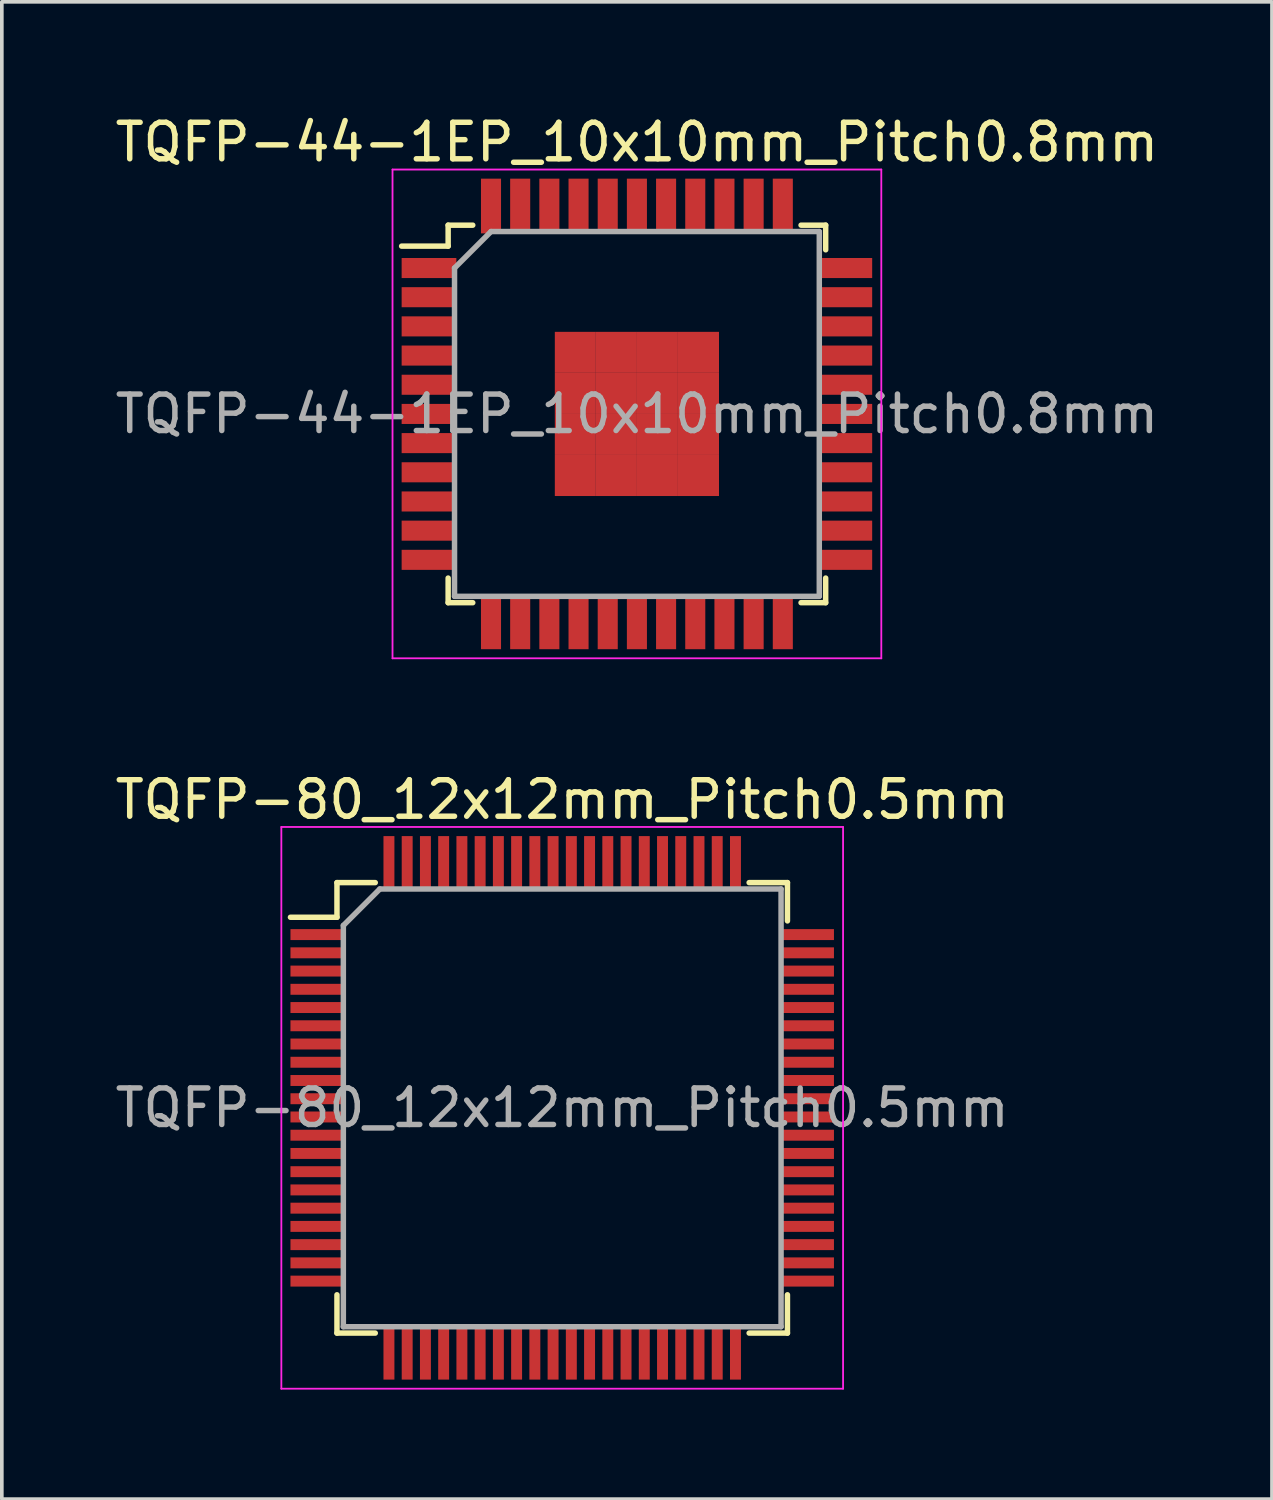
<source format=kicad_pcb>
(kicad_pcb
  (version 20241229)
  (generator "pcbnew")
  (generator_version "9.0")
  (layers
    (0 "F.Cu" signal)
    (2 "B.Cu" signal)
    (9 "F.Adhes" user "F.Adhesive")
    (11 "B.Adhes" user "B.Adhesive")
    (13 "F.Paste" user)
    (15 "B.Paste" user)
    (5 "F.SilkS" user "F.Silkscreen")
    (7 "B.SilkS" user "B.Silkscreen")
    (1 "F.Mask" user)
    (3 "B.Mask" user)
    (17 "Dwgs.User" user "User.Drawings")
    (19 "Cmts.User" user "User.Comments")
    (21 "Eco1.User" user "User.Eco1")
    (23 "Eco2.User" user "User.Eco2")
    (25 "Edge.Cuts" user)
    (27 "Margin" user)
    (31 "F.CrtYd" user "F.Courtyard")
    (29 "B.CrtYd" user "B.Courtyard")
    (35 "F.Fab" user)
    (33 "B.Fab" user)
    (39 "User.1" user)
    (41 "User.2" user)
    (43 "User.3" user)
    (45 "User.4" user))
  (footprint "TQFP-80_12x12mm_Pitch0.5mm"
    (layer "F.Cu")
    (at 12.363 27.322)
    (property "Reference" "TQFP-80_12x12mm_Pitch0.5mm" (at 0 -8.45 0) (layer "F.SilkS") (effects (font (size 1 1) (thickness 0.15))))
    (attr smd)
    (fp_line (start -6.175 -6.175) (end -6.175 -5.225) (stroke (width 0.15) (type solid)) (layer "F.SilkS"))
    (fp_line (start -6.175 -6.175) (end -5.125 -6.175) (stroke (width 0.15) (type solid)) (layer "F.SilkS"))
    (fp_line (start -6.175 -5.225) (end -7.45 -5.225) (stroke (width 0.15) (type solid)) (layer "F.SilkS"))
    (fp_line (start -6.175 6.175) (end -6.175 5.125) (stroke (width 0.15) (type solid)) (layer "F.SilkS"))
    (fp_line (start -6.175 6.175) (end -5.125 6.175) (stroke (width 0.15) (type solid)) (layer "F.SilkS"))
    (fp_line (start 6.175 -6.175) (end 5.125 -6.175) (stroke (width 0.15) (type solid)) (layer "F.SilkS"))
    (fp_line (start 6.175 -6.175) (end 6.175 -5.125) (stroke (width 0.15) (type solid)) (layer "F.SilkS"))
    (fp_line (start 6.175 6.175) (end 5.125 6.175) (stroke (width 0.15) (type solid)) (layer "F.SilkS"))
    (fp_line (start 6.175 6.175) (end 6.175 5.125) (stroke (width 0.15) (type solid)) (layer "F.SilkS"))
    (fp_line (start -7.7 -7.7) (end -7.7 7.7) (stroke (width 0.05) (type solid)) (layer "F.CrtYd"))
    (fp_line (start -7.7 -7.7) (end 7.7 -7.7) (stroke (width 0.05) (type solid)) (layer "F.CrtYd"))
    (fp_line (start -7.7 7.7) (end 7.7 7.7) (stroke (width 0.05) (type solid)) (layer "F.CrtYd"))
    (fp_line (start 7.7 -7.7) (end 7.7 7.7) (stroke (width 0.05) (type solid)) (layer "F.CrtYd"))
    (fp_line (start -6 -5) (end -5 -6) (stroke (width 0.15) (type solid)) (layer "F.Fab"))
    (fp_line (start -6 6) (end -6 -5) (stroke (width 0.15) (type solid)) (layer "F.Fab"))
    (fp_line (start -5 -6) (end 6 -6) (stroke (width 0.15) (type solid)) (layer "F.Fab"))
    (fp_line (start 6 -6) (end 6 6) (stroke (width 0.15) (type solid)) (layer "F.Fab"))
    (fp_line (start 6 6) (end -6 6) (stroke (width 0.15) (type solid)) (layer "F.Fab"))
    (fp_text user "${REFERENCE}" (at 0 0 0) (layer "F.Fab") (effects (font (size 1 1) (thickness 0.15))))
    (pad "1" smd rect (at -6.7 -4.75) (size 1.5 0.3) (layers "F.Cu" "F.Mask" "F.Paste"))
    (pad "2" smd rect (at -6.7 -4.25) (size 1.5 0.3) (layers "F.Cu" "F.Mask" "F.Paste"))
    (pad "3" smd rect (at -6.7 -3.75) (size 1.5 0.3) (layers "F.Cu" "F.Mask" "F.Paste"))
    (pad "4" smd rect (at -6.7 -3.25) (size 1.5 0.3) (layers "F.Cu" "F.Mask" "F.Paste"))
    (pad "5" smd rect (at -6.7 -2.75) (size 1.5 0.3) (layers "F.Cu" "F.Mask" "F.Paste"))
    (pad "6" smd rect (at -6.7 -2.25) (size 1.5 0.3) (layers "F.Cu" "F.Mask" "F.Paste"))
    (pad "7" smd rect (at -6.7 -1.75) (size 1.5 0.3) (layers "F.Cu" "F.Mask" "F.Paste"))
    (pad "8" smd rect (at -6.7 -1.25) (size 1.5 0.3) (layers "F.Cu" "F.Mask" "F.Paste"))
    (pad "9" smd rect (at -6.7 -0.75) (size 1.5 0.3) (layers "F.Cu" "F.Mask" "F.Paste"))
    (pad "10" smd rect (at -6.7 -0.25) (size 1.5 0.3) (layers "F.Cu" "F.Mask" "F.Paste"))
    (pad "11" smd rect (at -6.7 0.25) (size 1.5 0.3) (layers "F.Cu" "F.Mask" "F.Paste"))
    (pad "12" smd rect (at -6.7 0.75) (size 1.5 0.3) (layers "F.Cu" "F.Mask" "F.Paste"))
    (pad "13" smd rect (at -6.7 1.25) (size 1.5 0.3) (layers "F.Cu" "F.Mask" "F.Paste"))
    (pad "14" smd rect (at -6.7 1.75) (size 1.5 0.3) (layers "F.Cu" "F.Mask" "F.Paste"))
    (pad "15" smd rect (at -6.7 2.25) (size 1.5 0.3) (layers "F.Cu" "F.Mask" "F.Paste"))
    (pad "16" smd rect (at -6.7 2.75) (size 1.5 0.3) (layers "F.Cu" "F.Mask" "F.Paste"))
    (pad "17" smd rect (at -6.7 3.25) (size 1.5 0.3) (layers "F.Cu" "F.Mask" "F.Paste"))
    (pad "18" smd rect (at -6.7 3.75) (size 1.5 0.3) (layers "F.Cu" "F.Mask" "F.Paste"))
    (pad "19" smd rect (at -6.7 4.25) (size 1.5 0.3) (layers "F.Cu" "F.Mask" "F.Paste"))
    (pad "20" smd rect (at -6.7 4.75) (size 1.5 0.3) (layers "F.Cu" "F.Mask" "F.Paste"))
    (pad "21" smd rect (at -4.75 6.7 90) (size 1.5 0.3) (layers "F.Cu" "F.Mask" "F.Paste"))
    (pad "22" smd rect (at -4.25 6.7 90) (size 1.5 0.3) (layers "F.Cu" "F.Mask" "F.Paste"))
    (pad "23" smd rect (at -3.75 6.7 90) (size 1.5 0.3) (layers "F.Cu" "F.Mask" "F.Paste"))
    (pad "24" smd rect (at -3.25 6.7 90) (size 1.5 0.3) (layers "F.Cu" "F.Mask" "F.Paste"))
    (pad "25" smd rect (at -2.75 6.7 90) (size 1.5 0.3) (layers "F.Cu" "F.Mask" "F.Paste"))
    (pad "26" smd rect (at -2.25 6.7 90) (size 1.5 0.3) (layers "F.Cu" "F.Mask" "F.Paste"))
    (pad "27" smd rect (at -1.75 6.7 90) (size 1.5 0.3) (layers "F.Cu" "F.Mask" "F.Paste"))
    (pad "28" smd rect (at -1.25 6.7 90) (size 1.5 0.3) (layers "F.Cu" "F.Mask" "F.Paste"))
    (pad "29" smd rect (at -0.75 6.7 90) (size 1.5 0.3) (layers "F.Cu" "F.Mask" "F.Paste"))
    (pad "30" smd rect (at -0.25 6.7 90) (size 1.5 0.3) (layers "F.Cu" "F.Mask" "F.Paste"))
    (pad "31" smd rect (at 0.25 6.7 90) (size 1.5 0.3) (layers "F.Cu" "F.Mask" "F.Paste"))
    (pad "32" smd rect (at 0.75 6.7 90) (size 1.5 0.3) (layers "F.Cu" "F.Mask" "F.Paste"))
    (pad "33" smd rect (at 1.25 6.7 90) (size 1.5 0.3) (layers "F.Cu" "F.Mask" "F.Paste"))
    (pad "34" smd rect (at 1.75 6.7 90) (size 1.5 0.3) (layers "F.Cu" "F.Mask" "F.Paste"))
    (pad "35" smd rect (at 2.25 6.7 90) (size 1.5 0.3) (layers "F.Cu" "F.Mask" "F.Paste"))
    (pad "36" smd rect (at 2.75 6.7 90) (size 1.5 0.3) (layers "F.Cu" "F.Mask" "F.Paste"))
    (pad "37" smd rect (at 3.25 6.7 90) (size 1.5 0.3) (layers "F.Cu" "F.Mask" "F.Paste"))
    (pad "38" smd rect (at 3.75 6.7 90) (size 1.5 0.3) (layers "F.Cu" "F.Mask" "F.Paste"))
    (pad "39" smd rect (at 4.25 6.7 90) (size 1.5 0.3) (layers "F.Cu" "F.Mask" "F.Paste"))
    (pad "40" smd rect (at 4.75 6.7 90) (size 1.5 0.3) (layers "F.Cu" "F.Mask" "F.Paste"))
    (pad "41" smd rect (at 6.7 4.75) (size 1.5 0.3) (layers "F.Cu" "F.Mask" "F.Paste"))
    (pad "42" smd rect (at 6.7 4.25) (size 1.5 0.3) (layers "F.Cu" "F.Mask" "F.Paste"))
    (pad "43" smd rect (at 6.7 3.75) (size 1.5 0.3) (layers "F.Cu" "F.Mask" "F.Paste"))
    (pad "44" smd rect (at 6.7 3.25) (size 1.5 0.3) (layers "F.Cu" "F.Mask" "F.Paste"))
    (pad "45" smd rect (at 6.7 2.75) (size 1.5 0.3) (layers "F.Cu" "F.Mask" "F.Paste"))
    (pad "46" smd rect (at 6.7 2.25) (size 1.5 0.3) (layers "F.Cu" "F.Mask" "F.Paste"))
    (pad "47" smd rect (at 6.7 1.75) (size 1.5 0.3) (layers "F.Cu" "F.Mask" "F.Paste"))
    (pad "48" smd rect (at 6.7 1.25) (size 1.5 0.3) (layers "F.Cu" "F.Mask" "F.Paste"))
    (pad "49" smd rect (at 6.7 0.75) (size 1.5 0.3) (layers "F.Cu" "F.Mask" "F.Paste"))
    (pad "50" smd rect (at 6.7 0.25) (size 1.5 0.3) (layers "F.Cu" "F.Mask" "F.Paste"))
    (pad "51" smd rect (at 6.7 -0.25) (size 1.5 0.3) (layers "F.Cu" "F.Mask" "F.Paste"))
    (pad "52" smd rect (at 6.7 -0.75) (size 1.5 0.3) (layers "F.Cu" "F.Mask" "F.Paste"))
    (pad "53" smd rect (at 6.7 -1.25) (size 1.5 0.3) (layers "F.Cu" "F.Mask" "F.Paste"))
    (pad "54" smd rect (at 6.7 -1.75) (size 1.5 0.3) (layers "F.Cu" "F.Mask" "F.Paste"))
    (pad "55" smd rect (at 6.7 -2.25) (size 1.5 0.3) (layers "F.Cu" "F.Mask" "F.Paste"))
    (pad "56" smd rect (at 6.7 -2.75) (size 1.5 0.3) (layers "F.Cu" "F.Mask" "F.Paste"))
    (pad "57" smd rect (at 6.7 -3.25) (size 1.5 0.3) (layers "F.Cu" "F.Mask" "F.Paste"))
    (pad "58" smd rect (at 6.7 -3.75) (size 1.5 0.3) (layers "F.Cu" "F.Mask" "F.Paste"))
    (pad "59" smd rect (at 6.7 -4.25) (size 1.5 0.3) (layers "F.Cu" "F.Mask" "F.Paste"))
    (pad "60" smd rect (at 6.7 -4.75) (size 1.5 0.3) (layers "F.Cu" "F.Mask" "F.Paste"))
    (pad "61" smd rect (at 4.75 -6.7 90) (size 1.5 0.3) (layers "F.Cu" "F.Mask" "F.Paste"))
    (pad "62" smd rect (at 4.25 -6.7 90) (size 1.5 0.3) (layers "F.Cu" "F.Mask" "F.Paste"))
    (pad "63" smd rect (at 3.75 -6.7 90) (size 1.5 0.3) (layers "F.Cu" "F.Mask" "F.Paste"))
    (pad "64" smd rect (at 3.25 -6.7 90) (size 1.5 0.3) (layers "F.Cu" "F.Mask" "F.Paste"))
    (pad "65" smd rect (at 2.75 -6.7 90) (size 1.5 0.3) (layers "F.Cu" "F.Mask" "F.Paste"))
    (pad "66" smd rect (at 2.25 -6.7 90) (size 1.5 0.3) (layers "F.Cu" "F.Mask" "F.Paste"))
    (pad "67" smd rect (at 1.75 -6.7 90) (size 1.5 0.3) (layers "F.Cu" "F.Mask" "F.Paste"))
    (pad "68" smd rect (at 1.25 -6.7 90) (size 1.5 0.3) (layers "F.Cu" "F.Mask" "F.Paste"))
    (pad "69" smd rect (at 0.75 -6.7 90) (size 1.5 0.3) (layers "F.Cu" "F.Mask" "F.Paste"))
    (pad "70" smd rect (at 0.25 -6.7 90) (size 1.5 0.3) (layers "F.Cu" "F.Mask" "F.Paste"))
    (pad "71" smd rect (at -0.25 -6.7 90) (size 1.5 0.3) (layers "F.Cu" "F.Mask" "F.Paste"))
    (pad "72" smd rect (at -0.75 -6.7 90) (size 1.5 0.3) (layers "F.Cu" "F.Mask" "F.Paste"))
    (pad "73" smd rect (at -1.25 -6.7 90) (size 1.5 0.3) (layers "F.Cu" "F.Mask" "F.Paste"))
    (pad "74" smd rect (at -1.75 -6.7 90) (size 1.5 0.3) (layers "F.Cu" "F.Mask" "F.Paste"))
    (pad "75" smd rect (at -2.25 -6.7 90) (size 1.5 0.3) (layers "F.Cu" "F.Mask" "F.Paste"))
    (pad "76" smd rect (at -2.75 -6.7 90) (size 1.5 0.3) (layers "F.Cu" "F.Mask" "F.Paste"))
    (pad "77" smd rect (at -3.25 -6.7 90) (size 1.5 0.3) (layers "F.Cu" "F.Mask" "F.Paste"))
    (pad "78" smd rect (at -3.75 -6.7 90) (size 1.5 0.3) (layers "F.Cu" "F.Mask" "F.Paste"))
    (pad "79" smd rect (at -4.25 -6.7 90) (size 1.5 0.3) (layers "F.Cu" "F.Mask" "F.Paste"))
    (pad "80" smd rect (at -4.75 -6.7 90) (size 1.5 0.3) (layers "F.Cu" "F.Mask" "F.Paste")))
  (footprint "TQFP-44-1EP_10x10mm_Pitch0.8mm"
    (layer "F.Cu")
    (at 14.411 8.298)
    (property "Reference" "TQFP-44-1EP_10x10mm_Pitch0.8mm" (at 0 -7.45 0) (layer "F.SilkS") (effects (font (size 1 1) (thickness 0.15))))
    (attr smd)
    (fp_line (start -5.175 -5.175) (end -5.175 -4.6) (stroke (width 0.15) (type solid)) (layer "F.SilkS"))
    (fp_line (start -5.175 -5.175) (end -4.5 -5.175) (stroke (width 0.15) (type solid)) (layer "F.SilkS"))
    (fp_line (start -5.175 -4.6) (end -6.45 -4.6) (stroke (width 0.15) (type solid)) (layer "F.SilkS"))
    (fp_line (start -5.175 5.175) (end -5.175 4.5) (stroke (width 0.15) (type solid)) (layer "F.SilkS"))
    (fp_line (start -5.175 5.175) (end -4.5 5.175) (stroke (width 0.15) (type solid)) (layer "F.SilkS"))
    (fp_line (start 5.175 -5.175) (end 4.5 -5.175) (stroke (width 0.15) (type solid)) (layer "F.SilkS"))
    (fp_line (start 5.175 -5.175) (end 5.175 -4.5) (stroke (width 0.15) (type solid)) (layer "F.SilkS"))
    (fp_line (start 5.175 5.175) (end 4.5 5.175) (stroke (width 0.15) (type solid)) (layer "F.SilkS"))
    (fp_line (start 5.175 5.175) (end 5.175 4.5) (stroke (width 0.15) (type solid)) (layer "F.SilkS"))
    (fp_line (start -6.7 -6.7) (end -6.7 6.7) (stroke (width 0.05) (type solid)) (layer "F.CrtYd"))
    (fp_line (start -6.7 -6.7) (end 6.7 -6.7) (stroke (width 0.05) (type solid)) (layer "F.CrtYd"))
    (fp_line (start -6.7 6.7) (end 6.7 6.7) (stroke (width 0.05) (type solid)) (layer "F.CrtYd"))
    (fp_line (start 6.7 -6.7) (end 6.7 6.7) (stroke (width 0.05) (type solid)) (layer "F.CrtYd"))
    (fp_line (start -5 -4) (end -4 -5) (stroke (width 0.15) (type solid)) (layer "F.Fab"))
    (fp_line (start -5 5) (end -5 -4) (stroke (width 0.15) (type solid)) (layer "F.Fab"))
    (fp_line (start -4 -5) (end 5 -5) (stroke (width 0.15) (type solid)) (layer "F.Fab"))
    (fp_line (start 5 -5) (end 5 5) (stroke (width 0.15) (type solid)) (layer "F.Fab"))
    (fp_line (start 5 5) (end -5 5) (stroke (width 0.15) (type solid)) (layer "F.Fab"))
    (fp_text user "${REFERENCE}" (at 0 0 0) (layer "F.Fab") (effects (font (size 1 1) (thickness 0.15))))
    (pad "1" smd rect (at -5.7 -4) (size 1.5 0.55) (layers "F.Cu" "F.Mask" "F.Paste"))
    (pad "2" smd rect (at -5.7 -3.2) (size 1.5 0.55) (layers "F.Cu" "F.Mask" "F.Paste"))
    (pad "3" smd rect (at -5.7 -2.4) (size 1.5 0.55) (layers "F.Cu" "F.Mask" "F.Paste"))
    (pad "4" smd rect (at -5.7 -1.6) (size 1.5 0.55) (layers "F.Cu" "F.Mask" "F.Paste"))
    (pad "5" smd rect (at -5.7 -0.8) (size 1.5 0.55) (layers "F.Cu" "F.Mask" "F.Paste"))
    (pad "6" smd rect (at -5.7 0) (size 1.5 0.55) (layers "F.Cu" "F.Mask" "F.Paste"))
    (pad "7" smd rect (at -5.7 0.8) (size 1.5 0.55) (layers "F.Cu" "F.Mask" "F.Paste"))
    (pad "8" smd rect (at -5.7 1.6) (size 1.5 0.55) (layers "F.Cu" "F.Mask" "F.Paste"))
    (pad "9" smd rect (at -5.7 2.4) (size 1.5 0.55) (layers "F.Cu" "F.Mask" "F.Paste"))
    (pad "10" smd rect (at -5.7 3.2) (size 1.5 0.55) (layers "F.Cu" "F.Mask" "F.Paste"))
    (pad "11" smd rect (at -5.7 4) (size 1.5 0.55) (layers "F.Cu" "F.Mask" "F.Paste"))
    (pad "12" smd rect (at -4 5.7 90) (size 1.5 0.55) (layers "F.Cu" "F.Mask" "F.Paste"))
    (pad "13" smd rect (at -3.2 5.7 90) (size 1.5 0.55) (layers "F.Cu" "F.Mask" "F.Paste"))
    (pad "14" smd rect (at -2.4 5.7 90) (size 1.5 0.55) (layers "F.Cu" "F.Mask" "F.Paste"))
    (pad "15" smd rect (at -1.6 5.7 90) (size 1.5 0.55) (layers "F.Cu" "F.Mask" "F.Paste"))
    (pad "16" smd rect (at -0.8 5.7 90) (size 1.5 0.55) (layers "F.Cu" "F.Mask" "F.Paste"))
    (pad "17" smd rect (at 0 5.7 90) (size 1.5 0.55) (layers "F.Cu" "F.Mask" "F.Paste"))
    (pad "18" smd rect (at 0.8 5.7 90) (size 1.5 0.55) (layers "F.Cu" "F.Mask" "F.Paste"))
    (pad "19" smd rect (at 1.6 5.7 90) (size 1.5 0.55) (layers "F.Cu" "F.Mask" "F.Paste"))
    (pad "20" smd rect (at 2.4 5.7 90) (size 1.5 0.55) (layers "F.Cu" "F.Mask" "F.Paste"))
    (pad "21" smd rect (at 3.2 5.7 90) (size 1.5 0.55) (layers "F.Cu" "F.Mask" "F.Paste"))
    (pad "22" smd rect (at 4 5.7 90) (size 1.5 0.55) (layers "F.Cu" "F.Mask" "F.Paste"))
    (pad "23" smd rect (at 5.7 4) (size 1.5 0.55) (layers "F.Cu" "F.Mask" "F.Paste"))
    (pad "24" smd rect (at 5.7 3.2) (size 1.5 0.55) (layers "F.Cu" "F.Mask" "F.Paste"))
    (pad "25" smd rect (at 5.7 2.4) (size 1.5 0.55) (layers "F.Cu" "F.Mask" "F.Paste"))
    (pad "26" smd rect (at 5.7 1.6) (size 1.5 0.55) (layers "F.Cu" "F.Mask" "F.Paste"))
    (pad "27" smd rect (at 5.7 0.8) (size 1.5 0.55) (layers "F.Cu" "F.Mask" "F.Paste"))
    (pad "28" smd rect (at 5.7 0) (size 1.5 0.55) (layers "F.Cu" "F.Mask" "F.Paste"))
    (pad "29" smd rect (at 5.7 -0.8) (size 1.5 0.55) (layers "F.Cu" "F.Mask" "F.Paste"))
    (pad "30" smd rect (at 5.7 -1.6) (size 1.5 0.55) (layers "F.Cu" "F.Mask" "F.Paste"))
    (pad "31" smd rect (at 5.7 -2.4) (size 1.5 0.55) (layers "F.Cu" "F.Mask" "F.Paste"))
    (pad "32" smd rect (at 5.7 -3.2) (size 1.5 0.55) (layers "F.Cu" "F.Mask" "F.Paste"))
    (pad "33" smd rect (at 5.7 -4) (size 1.5 0.55) (layers "F.Cu" "F.Mask" "F.Paste"))
    (pad "34" smd rect (at 4 -5.7 90) (size 1.5 0.55) (layers "F.Cu" "F.Mask" "F.Paste"))
    (pad "35" smd rect (at 3.2 -5.7 90) (size 1.5 0.55) (layers "F.Cu" "F.Mask" "F.Paste"))
    (pad "36" smd rect (at 2.4 -5.7 90) (size 1.5 0.55) (layers "F.Cu" "F.Mask" "F.Paste"))
    (pad "37" smd rect (at 1.6 -5.7 90) (size 1.5 0.55) (layers "F.Cu" "F.Mask" "F.Paste"))
    (pad "38" smd rect (at 0.8 -5.7 90) (size 1.5 0.55) (layers "F.Cu" "F.Mask" "F.Paste"))
    (pad "39" smd rect (at 0 -5.7 90) (size 1.5 0.55) (layers "F.Cu" "F.Mask" "F.Paste"))
    (pad "40" smd rect (at -0.8 -5.7 90) (size 1.5 0.55) (layers "F.Cu" "F.Mask" "F.Paste"))
    (pad "41" smd rect (at -1.6 -5.7 90) (size 1.5 0.55) (layers "F.Cu" "F.Mask" "F.Paste"))
    (pad "42" smd rect (at -2.4 -5.7 90) (size 1.5 0.55) (layers "F.Cu" "F.Mask" "F.Paste"))
    (pad "43" smd rect (at -3.2 -5.7 90) (size 1.5 0.55) (layers "F.Cu" "F.Mask" "F.Paste"))
    (pad "44" smd rect (at -4 -5.7 90) (size 1.5 0.55) (layers "F.Cu" "F.Mask" "F.Paste"))
    (pad "45" smd rect (at -1.688 -1.688) (size 1.125 1.125) (layers "F.Cu" "F.Mask" "F.Paste"))
    (pad "45" smd rect (at -1.688 -0.562) (size 1.125 1.125) (layers "F.Cu" "F.Mask" "F.Paste"))
    (pad "45" smd rect (at -1.688 0.562) (size 1.125 1.125) (layers "F.Cu" "F.Mask" "F.Paste"))
    (pad "45" smd rect (at -1.688 1.688) (size 1.125 1.125) (layers "F.Cu" "F.Mask" "F.Paste"))
    (pad "45" smd rect (at -0.562 -1.688) (size 1.125 1.125) (layers "F.Cu" "F.Mask" "F.Paste"))
    (pad "45" smd rect (at -0.562 -0.562) (size 1.125 1.125) (layers "F.Cu" "F.Mask" "F.Paste"))
    (pad "45" smd rect (at -0.562 0.562) (size 1.125 1.125) (layers "F.Cu" "F.Mask" "F.Paste"))
    (pad "45" smd rect (at -0.562 1.688) (size 1.125 1.125) (layers "F.Cu" "F.Mask" "F.Paste"))
    (pad "45" smd rect (at 0.562 -1.688) (size 1.125 1.125) (layers "F.Cu" "F.Mask" "F.Paste"))
    (pad "45" smd rect (at 0.562 -0.562) (size 1.125 1.125) (layers "F.Cu" "F.Mask" "F.Paste"))
    (pad "45" smd rect (at 0.562 0.562) (size 1.125 1.125) (layers "F.Cu" "F.Mask" "F.Paste"))
    (pad "45" smd rect (at 0.562 1.688) (size 1.125 1.125) (layers "F.Cu" "F.Mask" "F.Paste"))
    (pad "45" smd rect (at 1.688 -1.688) (size 1.125 1.125) (layers "F.Cu" "F.Mask" "F.Paste"))
    (pad "45" smd rect (at 1.688 -0.562) (size 1.125 1.125) (layers "F.Cu" "F.Mask" "F.Paste"))
    (pad "45" smd rect (at 1.688 0.562) (size 1.125 1.125) (layers "F.Cu" "F.Mask" "F.Paste"))
    (pad "45" smd rect (at 1.688 1.688) (size 1.125 1.125) (layers "F.Cu" "F.Mask" "F.Paste")))
  (gr_rect
    (start -3 -3)
    (end 31.821 38.047)
    (stroke (width 0.1) (type default))
    (fill no)
    (layer "Edge.Cuts")))
</source>
